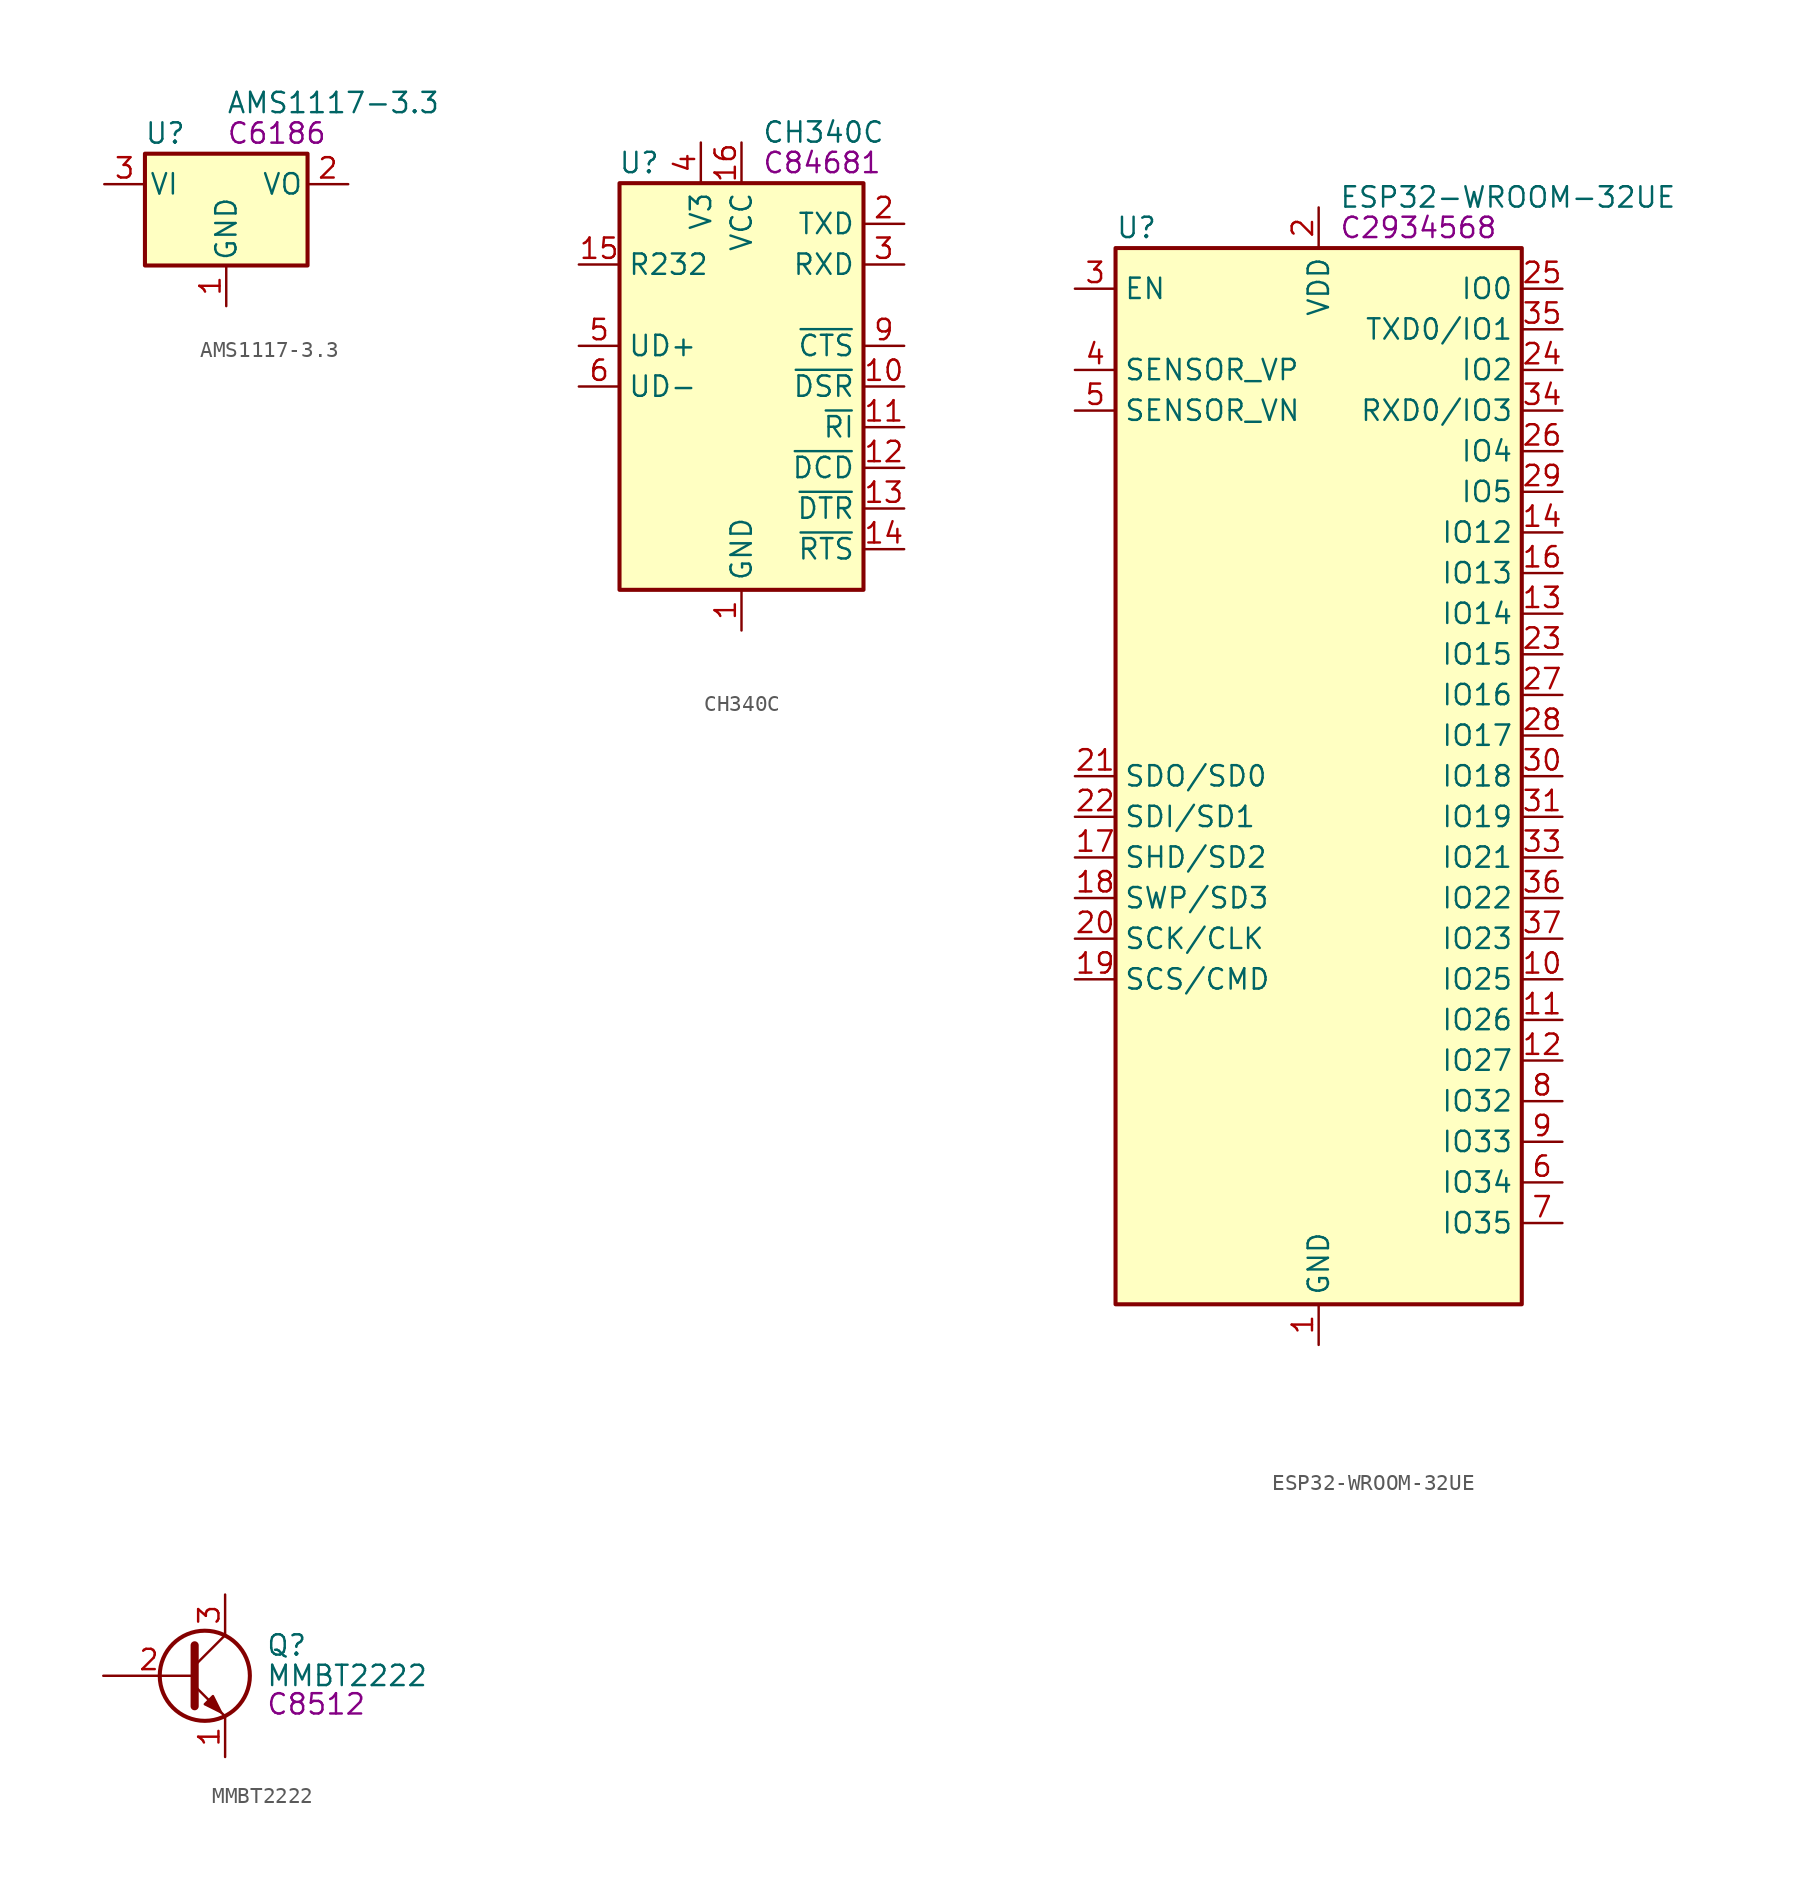
<source format=kicad_sym>
(kicad_symbol_lib
  (version 20211014)
  (generator kicad_symbol_editor)
  (symbol "AMS1117-3.3"
    (pin_names
      (offset 0.254))
    (property "Reference" "U"
      (at -3.81 3.175 0)
      (effects (font (size 1.27 1.27))))
    (property "Value" "AMS1117-3.3"
      (at 0 5.08 0)
      (effects (font (size 1.27 1.27)) (justify left)))
    (property "LCSC" "C6186"
      (at 0 3.175 0)
      (effects (font (size 1.27 1.27)) (justify left)))
    (symbol "AMS1117-3.3_0_1"
      (rectangle (start -5.08 -5.08) (end 5.08 1.905) (stroke (width 0.254) (type default) (color 0 0 0 0)) (fill (type background))))
    (symbol "AMS1117-3.3_1_1"
      (pin power_in line (at 0 -7.62 90) (length 2.54) (name "GND" (effects (font (size 1.27 1.27)))) (number "1" (effects (font (size 1.27 1.27)))))
      (pin power_out line (at 7.62 0 180) (length 2.54) (name "VO" (effects (font (size 1.27 1.27)))) (number "2" (effects (font (size 1.27 1.27)))))
      (pin power_in line (at -7.62 0 0) (length 2.54) (name "VI" (effects (font (size 1.27 1.27)))) (number "3" (effects (font (size 1.27 1.27)))))))
  (symbol "CH340C"
    (property "Reference" "U"
      (at -5.08 13.97 0)
      (effects (font (size 1.27 1.27)) (justify right)))
    (property "Value" "CH340C"
      (at 1.27 15.875 0)
      (effects (font (size 1.27 1.27)) (justify left)))
    (property "LCSC" "C84681"
      (at 1.27 13.97 0)
      (effects (font (size 1.27 1.27)) (justify left)))
    (symbol "CH340C_0_1"
      (rectangle (start -7.62 12.7) (end 7.62 -12.7) (stroke (width 0.254) (type default) (color 0 0 0 0)) (fill (type background))))
    (symbol "CH340C_1_1"
      (pin power_in line (at 0 -15.24 90) (length 2.54) (name "GND" (effects (font (size 1.27 1.27)))) (number "1" (effects (font (size 1.27 1.27)))))
      (pin input line (at 10.16 0 180) (length 2.54) (name "~{DSR}" (effects (font (size 1.27 1.27)))) (number "10" (effects (font (size 1.27 1.27)))))
      (pin input line (at 10.16 -2.54 180) (length 2.54) (name "~{RI}" (effects (font (size 1.27 1.27)))) (number "11" (effects (font (size 1.27 1.27)))))
      (pin input line (at 10.16 -5.08 180) (length 2.54) (name "~{DCD}" (effects (font (size 1.27 1.27)))) (number "12" (effects (font (size 1.27 1.27)))))
      (pin output line (at 10.16 -7.62 180) (length 2.54) (name "~{DTR}" (effects (font (size 1.27 1.27)))) (number "13" (effects (font (size 1.27 1.27)))))
      (pin output line (at 10.16 -10.16 180) (length 2.54) (name "~{RTS}" (effects (font (size 1.27 1.27)))) (number "14" (effects (font (size 1.27 1.27)))))
      (pin input line (at -10.16 7.62 0) (length 2.54) (name "R232" (effects (font (size 1.27 1.27)))) (number "15" (effects (font (size 1.27 1.27)))))
      (pin power_in line (at 0 15.24 270) (length 2.54) (name "VCC" (effects (font (size 1.27 1.27)))) (number "16" (effects (font (size 1.27 1.27)))))
      (pin output line (at 10.16 10.16 180) (length 2.54) (name "TXD" (effects (font (size 1.27 1.27)))) (number "2" (effects (font (size 1.27 1.27)))))
      (pin input line (at 10.16 7.62 180) (length 2.54) (name "RXD" (effects (font (size 1.27 1.27)))) (number "3" (effects (font (size 1.27 1.27)))))
      (pin passive line (at -2.54 15.24 270) (length 2.54) (name "V3" (effects (font (size 1.27 1.27)))) (number "4" (effects (font (size 1.27 1.27)))))
      (pin bidirectional line (at -10.16 2.54 0) (length 2.54) (name "UD+" (effects (font (size 1.27 1.27)))) (number "5" (effects (font (size 1.27 1.27)))))
      (pin bidirectional line (at -10.16 0 0) (length 2.54) (name "UD-" (effects (font (size 1.27 1.27)))) (number "6" (effects (font (size 1.27 1.27)))))
      (pin no_connect line (at -7.62 -7.62 0) (length 2.54) hide (name "NC" (effects (font (size 1.27 1.27)))) (number "7" (effects (font (size 1.27 1.27)))))
      (pin no_connect line (at -7.62 -10.16 0) (length 2.54) hide (name "NC" (effects (font (size 1.27 1.27)))) (number "8" (effects (font (size 1.27 1.27)))))
      (pin input line (at 10.16 2.54 180) (length 2.54) (name "~{CTS}" (effects (font (size 1.27 1.27)))) (number "9" (effects (font (size 1.27 1.27)))))))
  (symbol "ESP32-WROOM-32UE"
    (property "Reference" "U"
      (at -12.7 34.29 0)
      (effects (font (size 1.27 1.27)) (justify left)))
    (property "Value" "ESP32-WROOM-32UE"
      (at 1.27 36.195 0)
      (effects (font (size 1.27 1.27)) (justify left)))
    (property "LCSC" "C2934568"
      (at 1.27 34.29 0)
      (effects (font (size 1.27 1.27)) (justify left)))
    (symbol "ESP32-WROOM-32UE_0_1"
      (rectangle (start -12.7 33.02) (end 12.7 -33.02) (stroke (width 0.254) (type default) (color 0 0 0 0)) (fill (type background))))
    (symbol "ESP32-WROOM-32UE_1_1"
      (pin power_in line (at 0 -35.56 90) (length 2.54) (name "GND" (effects (font (size 1.27 1.27)))) (number "1" (effects (font (size 1.27 1.27)))))
      (pin bidirectional line (at 15.24 -12.7 180) (length 2.54) (name "IO25" (effects (font (size 1.27 1.27)))) (number "10" (effects (font (size 1.27 1.27)))))
      (pin bidirectional line (at 15.24 -15.24 180) (length 2.54) (name "IO26" (effects (font (size 1.27 1.27)))) (number "11" (effects (font (size 1.27 1.27)))))
      (pin bidirectional line (at 15.24 -17.78 180) (length 2.54) (name "IO27" (effects (font (size 1.27 1.27)))) (number "12" (effects (font (size 1.27 1.27)))))
      (pin bidirectional line (at 15.24 10.16 180) (length 2.54) (name "IO14" (effects (font (size 1.27 1.27)))) (number "13" (effects (font (size 1.27 1.27)))))
      (pin bidirectional line (at 15.24 15.24 180) (length 2.54) (name "IO12" (effects (font (size 1.27 1.27)))) (number "14" (effects (font (size 1.27 1.27)))))
      (pin passive line (at 0 -35.56 90) (length 2.54) hide (name "GND" (effects (font (size 1.27 1.27)))) (number "15" (effects (font (size 1.27 1.27)))))
      (pin bidirectional line (at 15.24 12.7 180) (length 2.54) (name "IO13" (effects (font (size 1.27 1.27)))) (number "16" (effects (font (size 1.27 1.27)))))
      (pin bidirectional line (at -15.24 -5.08 0) (length 2.54) (name "SHD/SD2" (effects (font (size 1.27 1.27)))) (number "17" (effects (font (size 1.27 1.27)))))
      (pin bidirectional line (at -15.24 -7.62 0) (length 2.54) (name "SWP/SD3" (effects (font (size 1.27 1.27)))) (number "18" (effects (font (size 1.27 1.27)))))
      (pin bidirectional line (at -15.24 -12.7 0) (length 2.54) (name "SCS/CMD" (effects (font (size 1.27 1.27)))) (number "19" (effects (font (size 1.27 1.27)))))
      (pin power_in line (at 0 35.56 270) (length 2.54) (name "VDD" (effects (font (size 1.27 1.27)))) (number "2" (effects (font (size 1.27 1.27)))))
      (pin bidirectional line (at -15.24 -10.16 0) (length 2.54) (name "SCK/CLK" (effects (font (size 1.27 1.27)))) (number "20" (effects (font (size 1.27 1.27)))))
      (pin bidirectional line (at -15.24 0 0) (length 2.54) (name "SDO/SD0" (effects (font (size 1.27 1.27)))) (number "21" (effects (font (size 1.27 1.27)))))
      (pin bidirectional line (at -15.24 -2.54 0) (length 2.54) (name "SDI/SD1" (effects (font (size 1.27 1.27)))) (number "22" (effects (font (size 1.27 1.27)))))
      (pin bidirectional line (at 15.24 7.62 180) (length 2.54) (name "IO15" (effects (font (size 1.27 1.27)))) (number "23" (effects (font (size 1.27 1.27)))))
      (pin bidirectional line (at 15.24 25.4 180) (length 2.54) (name "IO2" (effects (font (size 1.27 1.27)))) (number "24" (effects (font (size 1.27 1.27)))))
      (pin bidirectional line (at 15.24 30.48 180) (length 2.54) (name "IO0" (effects (font (size 1.27 1.27)))) (number "25" (effects (font (size 1.27 1.27)))))
      (pin bidirectional line (at 15.24 20.32 180) (length 2.54) (name "IO4" (effects (font (size 1.27 1.27)))) (number "26" (effects (font (size 1.27 1.27)))))
      (pin bidirectional line (at 15.24 5.08 180) (length 2.54) (name "IO16" (effects (font (size 1.27 1.27)))) (number "27" (effects (font (size 1.27 1.27)))))
      (pin bidirectional line (at 15.24 2.54 180) (length 2.54) (name "IO17" (effects (font (size 1.27 1.27)))) (number "28" (effects (font (size 1.27 1.27)))))
      (pin bidirectional line (at 15.24 17.78 180) (length 2.54) (name "IO5" (effects (font (size 1.27 1.27)))) (number "29" (effects (font (size 1.27 1.27)))))
      (pin input line (at -15.24 30.48 0) (length 2.54) (name "EN" (effects (font (size 1.27 1.27)))) (number "3" (effects (font (size 1.27 1.27)))))
      (pin bidirectional line (at 15.24 0 180) (length 2.54) (name "IO18" (effects (font (size 1.27 1.27)))) (number "30" (effects (font (size 1.27 1.27)))))
      (pin bidirectional line (at 15.24 -2.54 180) (length 2.54) (name "IO19" (effects (font (size 1.27 1.27)))) (number "31" (effects (font (size 1.27 1.27)))))
      (pin no_connect line (at -12.7 -27.94 0) (length 2.54) hide (name "NC" (effects (font (size 1.27 1.27)))) (number "32" (effects (font (size 1.27 1.27)))))
      (pin bidirectional line (at 15.24 -5.08 180) (length 2.54) (name "IO21" (effects (font (size 1.27 1.27)))) (number "33" (effects (font (size 1.27 1.27)))))
      (pin bidirectional line (at 15.24 22.86 180) (length 2.54) (name "RXD0/IO3" (effects (font (size 1.27 1.27)))) (number "34" (effects (font (size 1.27 1.27)))))
      (pin bidirectional line (at 15.24 27.94 180) (length 2.54) (name "TXD0/IO1" (effects (font (size 1.27 1.27)))) (number "35" (effects (font (size 1.27 1.27)))))
      (pin bidirectional line (at 15.24 -7.62 180) (length 2.54) (name "IO22" (effects (font (size 1.27 1.27)))) (number "36" (effects (font (size 1.27 1.27)))))
      (pin bidirectional line (at 15.24 -10.16 180) (length 2.54) (name "IO23" (effects (font (size 1.27 1.27)))) (number "37" (effects (font (size 1.27 1.27)))))
      (pin passive line (at 0 -35.56 90) (length 2.54) hide (name "GND" (effects (font (size 1.27 1.27)))) (number "38" (effects (font (size 1.27 1.27)))))
      (pin passive line (at 0 -35.56 90) (length 2.54) hide (name "GND" (effects (font (size 1.27 1.27)))) (number "39" (effects (font (size 1.27 1.27)))))
      (pin input line (at -15.24 25.4 0) (length 2.54) (name "SENSOR_VP" (effects (font (size 1.27 1.27)))) (number "4" (effects (font (size 1.27 1.27)))))
      (pin input line (at -15.24 22.86 0) (length 2.54) (name "SENSOR_VN" (effects (font (size 1.27 1.27)))) (number "5" (effects (font (size 1.27 1.27)))))
      (pin input line (at 15.24 -25.4 180) (length 2.54) (name "IO34" (effects (font (size 1.27 1.27)))) (number "6" (effects (font (size 1.27 1.27)))))
      (pin input line (at 15.24 -27.94 180) (length 2.54) (name "IO35" (effects (font (size 1.27 1.27)))) (number "7" (effects (font (size 1.27 1.27)))))
      (pin bidirectional line (at 15.24 -20.32 180) (length 2.54) (name "IO32" (effects (font (size 1.27 1.27)))) (number "8" (effects (font (size 1.27 1.27)))))
      (pin bidirectional line (at 15.24 -22.86 180) (length 2.54) (name "IO33" (effects (font (size 1.27 1.27)))) (number "9" (effects (font (size 1.27 1.27)))))))
  (symbol "MMBT2222"
    (pin_names
      (offset 0) hide)
    (property "Reference" "Q"
      (at 5.08 1.905 0)
      (effects (font (size 1.27 1.27)) (justify left)))
    (property "Value" "MMBT2222"
      (at 5.08 0 0)
      (effects (font (size 1.27 1.27)) (justify left)))
    (property "LCSC" "C8512"
      (at 5.08 -1.778 0)
      (effects (font (size 1.27 1.27)) (justify left)))
    (symbol "MMBT2222_0_1"
      (polyline (pts (xy 0.635 0.635) (xy 2.54 2.54)) (stroke (width 0) (type default) (color 0 0 0 0)) (fill (type none)))
      (polyline (pts (xy 0.635 -0.635) (xy 2.54 -2.54) (xy 2.54 -2.54)) (stroke (width 0) (type default) (color 0 0 0 0)) (fill (type none)))
      (polyline (pts (xy 0.635 1.905) (xy 0.635 -1.905) (xy 0.635 -1.905)) (stroke (width 0.508) (type default) (color 0 0 0 0)) (fill (type none)))
      (polyline (pts (xy 1.27 -1.778) (xy 1.778 -1.27) (xy 2.286 -2.286) (xy 1.27 -1.778) (xy 1.27 -1.778)) (stroke (width 0) (type default) (color 0 0 0 0)) (fill (type outline)))
      (circle (center 1.27 0) (radius 2.819) (stroke (width 0.254) (type default) (color 0 0 0 0)) (fill (type none))))
    (symbol "MMBT2222_1_1"
      (pin passive line (at 2.54 -5.08 90) (length 2.54) (name "E" (effects (font (size 1.27 1.27)))) (number "1" (effects (font (size 1.27 1.27)))))
      (pin passive line (at -5.08 0 0) (length 5.715) (name "B" (effects (font (size 1.27 1.27)))) (number "2" (effects (font (size 1.27 1.27)))))
      (pin passive line (at 2.54 5.08 270) (length 2.54) (name "C" (effects (font (size 1.27 1.27)))) (number "3" (effects (font (size 1.27 1.27))))))))
</source>
